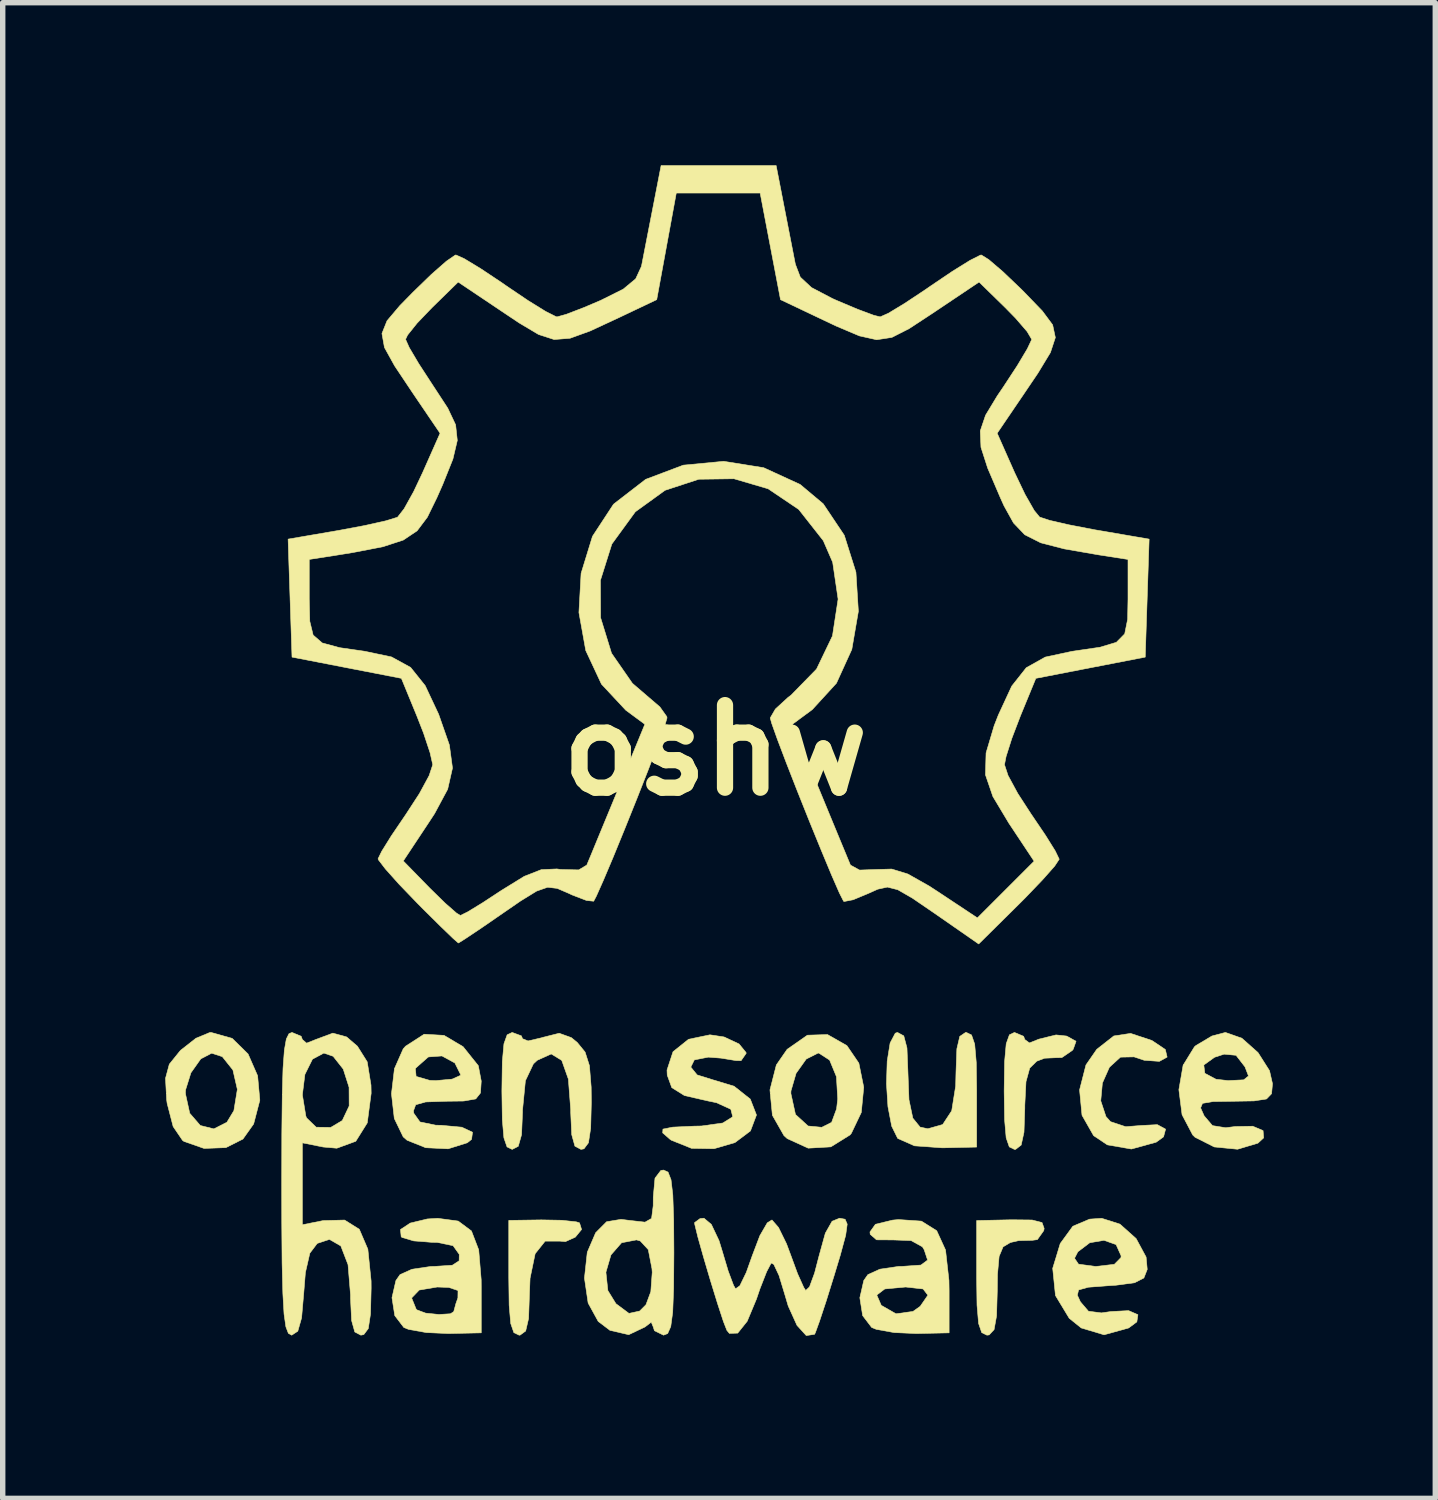
<source format=kicad_pcb>
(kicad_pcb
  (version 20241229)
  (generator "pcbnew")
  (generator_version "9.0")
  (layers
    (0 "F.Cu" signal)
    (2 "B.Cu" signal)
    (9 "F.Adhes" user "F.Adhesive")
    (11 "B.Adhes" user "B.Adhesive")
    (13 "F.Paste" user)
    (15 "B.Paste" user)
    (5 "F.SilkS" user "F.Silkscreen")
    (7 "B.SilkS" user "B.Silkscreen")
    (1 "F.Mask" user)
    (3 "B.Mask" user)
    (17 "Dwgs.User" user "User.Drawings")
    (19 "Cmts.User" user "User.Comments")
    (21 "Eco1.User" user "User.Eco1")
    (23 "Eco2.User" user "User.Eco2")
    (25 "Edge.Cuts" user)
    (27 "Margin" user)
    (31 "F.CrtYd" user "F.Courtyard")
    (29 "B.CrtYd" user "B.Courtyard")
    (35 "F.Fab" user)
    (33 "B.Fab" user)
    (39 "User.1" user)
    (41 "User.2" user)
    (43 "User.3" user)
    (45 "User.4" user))
  (footprint "oshw"
    (layer "F.Cu")
    (at 10.151 10.8)
    (property "Reference" "oshw" (at 0 0 0) (layer "F.SilkS") (effects (font (size 1.524 1.524) (thickness 0.3))))
    (attr through_hole)
    (fp_poly (pts (xy -2.831 8.674) (xy -2.564 8.703) (xy -2.504 8.722) (xy -2.466 8.844) (xy -2.581 8.985) (xy -2.764 9.068) (xy -2.868 9.059) (xy -3.138 9.059) (xy -3.323 9.291) (xy -3.417 9.745) (xy -3.429 10.049) (xy -3.444 10.486) (xy -3.498 10.718) (xy -3.602 10.794) (xy -3.619 10.795) (xy -3.716 10.748) (xy -3.774 10.579) (xy -3.803 10.242) (xy -3.81 9.736) (xy -3.81 8.676) (xy -3.209 8.667) (xy -2.831 8.674)) (stroke (width 0.01) (type solid)) (fill yes) (layer "F.SilkS"))
    (fp_poly (pts (xy 5.85 8.669) (xy 6.033 8.716) (xy 6.072 8.824) (xy 6.065 8.865) (xy 5.947 9.031) (xy 5.853 9.044) (xy 5.598 9.05) (xy 5.448 9.085) (xy 5.314 9.165) (xy 5.241 9.34) (xy 5.211 9.671) (xy 5.207 9.978) (xy 5.194 10.438) (xy 5.148 10.693) (xy 5.057 10.79) (xy 5.016 10.795) (xy 4.92 10.748) (xy 4.862 10.579) (xy 4.833 10.241) (xy 4.826 9.737) (xy 4.826 8.679) (xy 5.469 8.665) (xy 5.85 8.669)) (stroke (width 0.01) (type solid)) (fill yes) (layer "F.SilkS"))
    (fp_poly (pts (xy 8.062 5.356) (xy 8.309 5.522) (xy 8.342 5.662) (xy 8.199 5.741) (xy 7.92 5.721) (xy 7.732 5.658) (xy 7.481 5.663) (xy 7.277 5.849) (xy 7.147 6.142) (xy 7.117 6.47) (xy 7.213 6.76) (xy 7.297 6.854) (xy 7.577 6.947) (xy 7.857 6.925) (xy 8.161 6.909) (xy 8.314 6.992) (xy 8.276 7.134) (xy 8.14 7.233) (xy 7.683 7.359) (xy 7.239 7.282) (xy 6.985 7.112) (xy 6.771 6.736) (xy 6.726 6.268) (xy 6.844 5.807) (xy 7.043 5.519) (xy 7.358 5.272) (xy 7.668 5.225) (xy 8.062 5.356)) (stroke (width 0.01) (type solid)) (fill yes) (layer "F.SilkS"))
    (fp_poly (pts (xy 5.693 5.278) (xy 5.715 5.338) (xy 5.801 5.401) (xy 5.974 5.331) (xy 6.291 5.253) (xy 6.488 5.274) (xy 6.661 5.37) (xy 6.609 5.517) (xy 6.592 5.539) (xy 6.399 5.671) (xy 6.299 5.673) (xy 6.079 5.683) (xy 5.937 5.737) (xy 5.806 5.865) (xy 5.737 6.116) (xy 5.715 6.552) (xy 5.715 6.608) (xy 5.7 7.049) (xy 5.648 7.286) (xy 5.546 7.365) (xy 5.524 7.366) (xy 5.429 7.32) (xy 5.371 7.152) (xy 5.342 6.818) (xy 5.334 6.287) (xy 5.342 5.747) (xy 5.372 5.416) (xy 5.431 5.251) (xy 5.524 5.207) (xy 5.693 5.278)) (stroke (width 0.01) (type solid)) (fill yes) (layer "F.SilkS"))
    (fp_poly (pts (xy 4.732 5.254) (xy 4.79 5.423) (xy 4.819 5.761) (xy 4.826 6.265) (xy 4.826 7.323) (xy 4.193 7.337) (xy 3.679 7.3) (xy 3.373 7.165) (xy 3.367 7.159) (xy 3.258 6.937) (xy 3.189 6.577) (xy 3.162 6.153) (xy 3.175 5.737) (xy 3.229 5.402) (xy 3.324 5.221) (xy 3.365 5.207) (xy 3.481 5.27) (xy 3.54 5.493) (xy 3.556 5.895) (xy 3.577 6.449) (xy 3.648 6.789) (xy 3.782 6.954) (xy 3.925 6.985) (xy 4.199 6.907) (xy 4.366 6.653) (xy 4.439 6.195) (xy 4.445 5.944) (xy 4.461 5.51) (xy 4.515 5.28) (xy 4.622 5.207) (xy 4.636 5.207) (xy 4.732 5.254)) (stroke (width 0.01) (type solid)) (fill yes) (layer "F.SilkS"))
    (fp_poly (pts (xy 2.431 5.45) (xy 2.652 5.774) (xy 2.742 6.219) (xy 2.697 6.684) (xy 2.513 7.07) (xy 2.489 7.099) (xy 2.135 7.319) (xy 1.717 7.343) (xy 1.331 7.167) (xy 1.27 7.112) (xy 1.056 6.736) (xy 1.017 6.334) (xy 1.397 6.334) (xy 1.482 6.721) (xy 1.715 6.934) (xy 1.967 6.958) (xy 2.149 6.867) (xy 2.241 6.618) (xy 2.262 6.436) (xy 2.238 6.023) (xy 2.112 5.717) (xy 1.914 5.589) (xy 1.899 5.588) (xy 1.681 5.698) (xy 1.493 5.962) (xy 1.399 6.285) (xy 1.397 6.334) (xy 1.017 6.334) (xy 1.011 6.268) (xy 1.129 5.807) (xy 1.328 5.519) (xy 1.702 5.258) (xy 2.073 5.246) (xy 2.431 5.45)) (stroke (width 0.01) (type solid)) (fill yes) (layer "F.SilkS"))
    (fp_poly (pts (xy -8.915 5.317) (xy -8.622 5.605) (xy -8.446 6.007) (xy -8.405 6.458) (xy -8.519 6.896) (xy -8.717 7.175) (xy -9.031 7.333) (xy -9.434 7.348) (xy -9.804 7.219) (xy -9.831 7.2) (xy -10.005 6.944) (xy -10.116 6.516) (xy -10.125 6.447) (xy -10.131 6.334) (xy -9.779 6.334) (xy -9.699 6.699) (xy -9.503 6.925) (xy -9.253 6.987) (xy -9.013 6.865) (xy -8.884 6.651) (xy -8.82 6.258) (xy -8.902 5.9) (xy -9.098 5.654) (xy -9.294 5.59) (xy -9.495 5.695) (xy -9.677 5.952) (xy -9.775 6.265) (xy -9.779 6.334) (xy -10.131 6.334) (xy -10.146 6.054) (xy -10.076 5.794) (xy -9.881 5.552) (xy -9.864 5.534) (xy -9.584 5.314) (xy -9.33 5.209) (xy -9.305 5.207) (xy -8.915 5.317)) (stroke (width 0.01) (type solid)) (fill yes) (layer "F.SilkS"))
    (fp_poly (pts (xy 0.163 5.29) (xy 0.44 5.419) (xy 0.57 5.578) (xy 0.572 5.593) (xy 0.478 5.728) (xy 0.381 5.726) (xy 0.106 5.681) (xy -0.127 5.663) (xy -0.385 5.714) (xy -0.45 5.847) (xy -0.333 5.991) (xy -0.064 6.075) (xy 0.349 6.2) (xy 0.648 6.437) (xy 0.762 6.731) (xy 0.651 7.025) (xy 0.365 7.24) (xy -0.022 7.353) (xy -0.437 7.346) (xy -0.808 7.197) (xy -0.833 7.18) (xy -0.969 7.061) (xy -0.964 6.991) (xy -0.783 6.955) (xy -0.391 6.937) (xy -0.254 6.934) (xy 0.14 6.879) (xy 0.324 6.764) (xy 0.289 6.625) (xy 0.024 6.504) (xy -0.131 6.472) (xy -0.567 6.372) (xy -0.801 6.226) (xy -0.885 5.995) (xy -0.889 5.901) (xy -0.778 5.563) (xy -0.491 5.333) (xy -0.097 5.251) (xy 0.163 5.29)) (stroke (width 0.01) (type solid)) (fill yes) (layer "F.SilkS"))
    (fp_poly (pts (xy -3.577 5.27) (xy -3.556 5.323) (xy -3.454 5.364) (xy -3.206 5.306) (xy -3.181 5.298) (xy -2.879 5.222) (xy -2.655 5.303) (xy -2.546 5.392) (xy -2.401 5.57) (xy -2.321 5.821) (xy -2.289 6.217) (xy -2.286 6.497) (xy -2.298 6.974) (xy -2.339 7.244) (xy -2.422 7.355) (xy -2.477 7.366) (xy -2.589 7.306) (xy -2.648 7.094) (xy -2.667 6.681) (xy -2.667 6.629) (xy -2.71 6.068) (xy -2.832 5.723) (xy -3.026 5.604) (xy -3.283 5.72) (xy -3.356 5.788) (xy -3.503 6.098) (xy -3.556 6.639) (xy -3.556 6.677) (xy -3.574 7.095) (xy -3.635 7.309) (xy -3.747 7.366) (xy -3.842 7.32) (xy -3.9 7.152) (xy -3.929 6.818) (xy -3.937 6.287) (xy -3.929 5.747) (xy -3.899 5.416) (xy -3.84 5.251) (xy -3.747 5.207) (xy -3.577 5.27)) (stroke (width 0.01) (type solid)) (fill yes) (layer "F.SilkS"))
    (fp_poly (pts (xy 3.807 8.69) (xy 4.089 8.867) (xy 4.252 9.223) (xy 4.315 9.785) (xy 4.318 9.976) (xy 4.318 10.752) (xy 3.715 10.765) (xy 3.305 10.747) (xy 2.976 10.688) (xy 2.889 10.653) (xy 2.722 10.434) (xy 2.67 10.104) (xy 2.682 10.054) (xy 2.983 10.054) (xy 3.065 10.244) (xy 3.337 10.4) (xy 3.651 10.357) (xy 3.785 10.262) (xy 3.926 10.057) (xy 3.838 9.942) (xy 3.514 9.906) (xy 3.514 9.906) (xy 3.13 9.942) (xy 2.983 10.054) (xy 2.682 10.054) (xy 2.743 9.786) (xy 2.819 9.677) (xy 3.04 9.577) (xy 3.386 9.526) (xy 3.454 9.525) (xy 3.797 9.501) (xy 3.921 9.409) (xy 3.858 9.218) (xy 3.825 9.164) (xy 3.616 9.049) (xy 3.287 9.037) (xy 2.978 9.035) (xy 2.862 8.934) (xy 2.857 8.89) (xy 2.958 8.748) (xy 3.276 8.671) (xy 3.385 8.661) (xy 3.807 8.69)) (stroke (width 0.01) (type solid)) (fill yes) (layer "F.SilkS"))
    (fp_poly (pts (xy 7.471 8.745) (xy 7.77 9.012) (xy 7.954 9.353) (xy 7.975 9.581) (xy 7.913 9.739) (xy 7.742 9.827) (xy 7.397 9.873) (xy 7.27 9.881) (xy 6.887 9.91) (xy 6.708 9.96) (xy 6.685 10.057) (xy 6.741 10.179) (xy 6.89 10.353) (xy 7.13 10.384) (xy 7.304 10.359) (xy 7.631 10.342) (xy 7.803 10.417) (xy 7.783 10.55) (xy 7.632 10.662) (xy 7.178 10.788) (xy 6.757 10.662) (xy 6.535 10.483) (xy 6.281 10.063) (xy 6.23 9.561) (xy 6.287 9.375) (xy 6.633 9.375) (xy 6.706 9.484) (xy 7.008 9.525) (xy 7.038 9.525) (xy 7.368 9.487) (xy 7.49 9.363) (xy 7.493 9.331) (xy 7.4 9.123) (xy 7.177 9.044) (xy 6.914 9.089) (xy 6.695 9.255) (xy 6.633 9.375) (xy 6.287 9.375) (xy 6.369 9.104) (xy 6.602 8.784) (xy 6.911 8.653) (xy 7.135 8.638) (xy 7.471 8.745)) (stroke (width 0.01) (type solid)) (fill yes) (layer "F.SilkS"))
    (fp_poly (pts (xy -5.005 5.261) (xy -4.653 5.47) (xy -4.372 5.821) (xy -4.318 6.105) (xy -4.332 6.324) (xy -4.419 6.434) (xy -4.642 6.473) (xy -4.962 6.477) (xy -5.344 6.49) (xy -5.528 6.542) (xy -5.569 6.654) (xy -5.563 6.699) (xy -5.449 6.859) (xy -5.158 6.919) (xy -5.056 6.921) (xy -4.675 6.957) (xy -4.479 7.049) (xy -4.497 7.181) (xy -4.576 7.244) (xy -4.93 7.355) (xy -5.343 7.335) (xy -5.687 7.197) (xy -5.759 7.134) (xy -5.923 6.795) (xy -5.975 6.339) (xy -5.92 5.874) (xy -5.918 5.871) (xy -5.535 5.871) (xy -5.52 6.019) (xy -5.268 6.092) (xy -5.154 6.096) (xy -4.856 6.069) (xy -4.704 6.001) (xy -4.699 5.985) (xy -4.805 5.771) (xy -5.043 5.641) (xy -5.291 5.659) (xy -5.305 5.668) (xy -5.535 5.871) (xy -5.918 5.871) (xy -5.759 5.511) (xy -5.715 5.461) (xy -5.372 5.24) (xy -5.005 5.261)) (stroke (width 0.01) (type solid)) (fill yes) (layer "F.SilkS"))
    (fp_poly (pts (xy 9.722 5.314) (xy 10.02 5.579) (xy 10.232 5.913) (xy 10.287 6.154) (xy 10.27 6.338) (xy 10.177 6.435) (xy 9.946 6.471) (xy 9.584 6.477) (xy 9.187 6.483) (xy 8.995 6.516) (xy 8.96 6.6) (xy 9.025 6.746) (xy 9.179 6.927) (xy 9.423 6.966) (xy 9.598 6.944) (xy 9.922 6.938) (xy 10.113 7.019) (xy 10.124 7.153) (xy 10.018 7.251) (xy 9.642 7.363) (xy 9.213 7.321) (xy 8.858 7.142) (xy 8.814 7.099) (xy 8.618 6.726) (xy 8.559 6.264) (xy 8.637 5.813) (xy 8.64 5.808) (xy 9.019 5.808) (xy 9.038 5.961) (xy 9.244 6.071) (xy 9.466 6.096) (xy 9.756 6.082) (xy 9.844 6.011) (xy 9.78 5.844) (xy 9.779 5.842) (xy 9.614 5.629) (xy 9.394 5.608) (xy 9.218 5.665) (xy 9.019 5.808) (xy 8.64 5.808) (xy 8.846 5.473) (xy 8.872 5.45) (xy 9.169 5.273) (xy 9.418 5.207) (xy 9.722 5.314)) (stroke (width 0.01) (type solid)) (fill yes) (layer "F.SilkS"))
    (fp_poly (pts (xy -4.743 8.689) (xy -4.499 8.871) (xy -4.365 9.22) (xy -4.319 9.773) (xy -4.318 9.893) (xy -4.318 10.752) (xy -4.921 10.765) (xy -5.331 10.747) (xy -5.66 10.688) (xy -5.747 10.653) (xy -5.914 10.434) (xy -5.965 10.108) (xy -5.603 10.108) (xy -5.521 10.311) (xy -5.503 10.329) (xy -5.345 10.388) (xy -5.1 10.413) (xy -4.888 10.4) (xy -4.826 10.361) (xy -4.786 10.212) (xy -4.749 10.107) (xy -4.747 9.971) (xy -4.916 9.914) (xy -5.13 9.906) (xy -5.463 9.962) (xy -5.603 10.108) (xy -5.965 10.108) (xy -5.966 10.104) (xy -5.893 9.786) (xy -5.817 9.677) (xy -5.597 9.578) (xy -5.25 9.527) (xy -5.172 9.525) (xy -4.852 9.504) (xy -4.726 9.422) (xy -4.724 9.303) (xy -4.838 9.143) (xy -5.129 9.083) (xy -5.231 9.081) (xy -5.564 9.055) (xy -5.78 8.991) (xy -5.796 8.978) (xy -5.809 8.845) (xy -5.629 8.726) (xy -5.315 8.65) (xy -5.121 8.638) (xy -4.743 8.689)) (stroke (width 0.01) (type solid)) (fill yes) (layer "F.SilkS"))
    (fp_poly (pts (xy -0.87 7.785) (xy -0.815 7.926) (xy -0.782 8.207) (xy -0.766 8.669) (xy -0.762 9.271) (xy -0.767 9.928) (xy -0.784 10.37) (xy -0.82 10.636) (xy -0.877 10.765) (xy -0.953 10.795) (xy -1.121 10.713) (xy -1.143 10.643) (xy -1.18 10.554) (xy -1.295 10.643) (xy -1.596 10.786) (xy -1.942 10.706) (xy -2.159 10.541) (xy -2.345 10.202) (xy -2.413 9.741) (xy -2.401 9.633) (xy -2.017 9.633) (xy -1.981 9.972) (xy -1.832 10.214) (xy -1.591 10.393) (xy -1.394 10.35) (xy -1.277 10.232) (xy -1.188 9.992) (xy -1.162 9.635) (xy -1.167 9.567) (xy -1.235 9.216) (xy -1.383 9.056) (xy -1.452 9.036) (xy -1.728 9.089) (xy -1.924 9.314) (xy -2.017 9.633) (xy -2.401 9.633) (xy -2.361 9.265) (xy -2.206 8.904) (xy -2.004 8.701) (xy -1.738 8.657) (xy -1.571 8.678) (xy -1.295 8.709) (xy -1.174 8.64) (xy -1.144 8.407) (xy -1.143 8.247) (xy -1.111 7.897) (xy -1.003 7.755) (xy -0.953 7.747) (xy -0.87 7.785)) (stroke (width 0.01) (type solid)) (fill yes) (layer "F.SilkS"))
    (fp_poly (pts (xy 2.398 8.655) (xy 2.437 8.745) (xy 2.409 8.95) (xy 2.309 9.32) (xy 2.199 9.684) (xy 2.05 10.162) (xy 1.926 10.537) (xy 1.848 10.752) (xy 1.834 10.779) (xy 1.681 10.802) (xy 1.51 10.614) (xy 1.348 10.256) (xy 1.284 10.04) (xy 1.178 9.692) (xy 1.082 9.488) (xy 1.034 9.463) (xy 0.95 9.623) (xy 0.827 9.937) (xy 0.762 10.128) (xy 0.591 10.538) (xy 0.416 10.757) (xy 0.262 10.762) (xy 0.216 10.706) (xy 0.152 10.542) (xy 0.044 10.212) (xy -0.086 9.791) (xy -0.214 9.358) (xy -0.319 8.986) (xy -0.376 8.753) (xy -0.381 8.718) (xy -0.279 8.643) (xy -0.207 8.636) (xy -0.071 8.75) (xy 0.071 9.05) (xy 0.129 9.239) (xy 0.24 9.611) (xy 0.339 9.875) (xy 0.376 9.939) (xy 0.455 9.883) (xy 0.574 9.638) (xy 0.684 9.329) (xy 0.825 8.958) (xy 0.962 8.721) (xy 1.048 8.668) (xy 1.169 8.807) (xy 1.316 9.107) (xy 1.389 9.302) (xy 1.521 9.661) (xy 1.634 9.912) (xy 1.671 9.97) (xy 1.741 9.904) (xy 1.835 9.648) (xy 1.914 9.344) (xy 2.033 8.913) (xy 2.158 8.692) (xy 2.296 8.636) (xy 2.398 8.655)) (stroke (width 0.01) (type solid)) (fill yes) (layer "F.SilkS"))
    (fp_poly (pts (xy -7.642 5.278) (xy -7.62 5.338) (xy -7.542 5.405) (xy -7.374 5.338) (xy -7.057 5.22) (xy -6.803 5.29) (xy -6.604 5.461) (xy -6.423 5.749) (xy -6.353 6.179) (xy -6.35 6.33) (xy -6.422 6.877) (xy -6.634 7.216) (xy -6.984 7.344) (xy -7.236 7.322) (xy -7.62 7.245) (xy -7.62 8.757) (xy -7.236 8.68) (xy -6.84 8.67) (xy -6.569 8.84) (xy -6.411 9.208) (xy -6.351 9.794) (xy -6.35 9.926) (xy -6.362 10.403) (xy -6.403 10.673) (xy -6.486 10.784) (xy -6.54 10.795) (xy -6.652 10.736) (xy -6.711 10.525) (xy -6.731 10.116) (xy -6.731 10.049) (xy -6.777 9.493) (xy -6.91 9.148) (xy -7.121 9.027) (xy -7.345 9.101) (xy -7.482 9.282) (xy -7.564 9.64) (xy -7.594 10.014) (xy -7.634 10.475) (xy -7.704 10.721) (xy -7.816 10.795) (xy -7.817 10.795) (xy -7.878 10.761) (xy -7.924 10.641) (xy -7.958 10.405) (xy -7.98 10.023) (xy -7.994 9.468) (xy -8 8.709) (xy -8.001 8.001) (xy -7.999 7.077) (xy -7.991 6.377) (xy -7.991 6.358) (xy -7.62 6.358) (xy -7.556 6.749) (xy -7.543 6.784) (xy -7.365 6.956) (xy -7.096 6.96) (xy -6.883 6.833) (xy -6.756 6.565) (xy -6.758 6.219) (xy -6.865 5.884) (xy -7.052 5.647) (xy -7.223 5.588) (xy -7.433 5.7) (xy -7.573 5.982) (xy -7.62 6.358) (xy -7.991 6.358) (xy -7.977 5.873) (xy -7.952 5.533) (xy -7.916 5.328) (xy -7.867 5.23) (xy -7.811 5.207) (xy -7.642 5.278)) (stroke (width 0.01) (type solid)) (fill yes) (layer "F.SilkS"))
    (fp_poly (pts (xy 1.267 -10.065) (xy 1.359 -9.593) (xy 1.442 -9.167) (xy 1.48 -8.973) (xy 1.571 -8.735) (xy 1.778 -8.542) (xy 2.161 -8.341) (xy 2.239 -8.306) (xy 2.628 -8.142) (xy 2.926 -8.031) (xy 3.046 -8.001) (xy 3.199 -8.069) (xy 3.499 -8.251) (xy 3.888 -8.509) (xy 3.98 -8.573) (xy 4.38 -8.843) (xy 4.704 -9.044) (xy 4.894 -9.14) (xy 4.912 -9.144) (xy 5.049 -9.059) (xy 5.31 -8.836) (xy 5.643 -8.518) (xy 5.705 -8.456) (xy 6.038 -8.111) (xy 6.229 -7.854) (xy 6.279 -7.619) (xy 6.188 -7.343) (xy 5.957 -6.962) (xy 5.717 -6.607) (xy 5.205 -5.853) (xy 5.529 -5.122) (xy 5.719 -4.725) (xy 5.889 -4.427) (xy 5.988 -4.306) (xy 6.173 -4.245) (xy 6.535 -4.162) (xy 7.001 -4.072) (xy 7.067 -4.061) (xy 8.01 -3.899) (xy 7.974 -2.81) (xy 7.938 -1.721) (xy 6.928 -1.525) (xy 5.919 -1.329) (xy 5.633 -0.633) (xy 5.476 -0.222) (xy 5.369 0.115) (xy 5.34 0.265) (xy 5.406 0.465) (xy 5.586 0.797) (xy 5.84 1.189) (xy 5.842 1.191) (xy 6.095 1.565) (xy 6.277 1.857) (xy 6.35 2.008) (xy 6.35 2.01) (xy 6.266 2.137) (xy 6.041 2.391) (xy 5.72 2.726) (xy 5.607 2.839) (xy 4.864 3.574) (xy 4.051 3.009) (xy 3.64 2.728) (xy 3.371 2.573) (xy 3.179 2.524) (xy 3.001 2.563) (xy 2.827 2.641) (xy 2.546 2.758) (xy 2.381 2.79) (xy 2.37 2.785) (xy 2.293 2.633) (xy 2.148 2.301) (xy 1.956 1.84) (xy 1.738 1.306) (xy 1.516 0.75) (xy 1.312 0.228) (xy 1.147 -0.207) (xy 1.042 -0.502) (xy 1.016 -0.598) (xy 1.111 -0.762) (xy 1.345 -0.977) (xy 1.4 -1.018) (xy 1.871 -1.5) (xy 2.165 -2.112) (xy 2.269 -2.791) (xy 2.169 -3.471) (xy 1.996 -3.87) (xy 1.542 -4.447) (xy 0.977 -4.828) (xy 0.347 -5.013) (xy -0.303 -5.004) (xy -0.925 -4.8) (xy -1.474 -4.403) (xy -1.903 -3.814) (xy -1.909 -3.803) (xy -2.118 -3.139) (xy -2.115 -2.448) (xy -1.913 -1.792) (xy -1.528 -1.237) (xy -1.273 -1.018) (xy -1.021 -0.802) (xy -0.893 -0.622) (xy -0.889 -0.598) (xy -0.934 -0.444) (xy -1.056 -0.109) (xy -1.233 0.353) (xy -1.444 0.889) (xy -1.667 1.444) (xy -1.88 1.965) (xy -2.063 2.398) (xy -2.193 2.69) (xy -2.243 2.785) (xy -2.375 2.771) (xy -2.641 2.669) (xy -2.7 2.641) (xy -2.916 2.548) (xy -3.093 2.527) (xy -3.296 2.598) (xy -3.593 2.781) (xy -3.911 3) (xy -4.294 3.264) (xy -4.586 3.46) (xy -4.733 3.553) (xy -4.741 3.556) (xy -4.837 3.472) (xy -5.067 3.25) (xy -5.388 2.932) (xy -5.497 2.822) (xy -5.834 2.472) (xy -6.087 2.189) (xy -6.215 2.022) (xy -6.223 2.002) (xy -6.155 1.863) (xy -5.977 1.577) (xy -5.726 1.207) (xy -5.715 1.191) (xy -5.46 0.799) (xy -5.28 0.467) (xy -5.213 0.265) (xy -5.213 0.265) (xy -5.263 0.043) (xy -5.384 -0.321) (xy -5.506 -0.633) (xy -5.792 -1.329) (xy -6.801 -1.525) (xy -7.811 -1.721) (xy -7.847 -2.81) (xy -7.871 -3.524) (xy -7.493 -3.524) (xy -7.493 -2.791) (xy -7.483 -2.382) (xy -7.421 -2.128) (xy -7.253 -1.982) (xy -6.931 -1.895) (xy -6.471 -1.829) (xy -5.974 -1.724) (xy -5.622 -1.531) (xy -5.353 -1.195) (xy -5.104 -0.665) (xy -5.099 -0.65) (xy -4.906 -0.098) (xy -4.849 0.327) (xy -4.938 0.718) (xy -5.18 1.169) (xy -5.292 1.34) (xy -5.757 2.042) (xy -5.266 2.545) (xy -4.984 2.821) (xy -4.775 3.004) (xy -4.703 3.048) (xy -4.569 2.982) (xy -4.289 2.811) (xy -3.951 2.589) (xy -3.525 2.326) (xy -3.209 2.202) (xy -2.922 2.189) (xy -2.852 2.199) (xy -2.519 2.207) (xy -2.37 2.118) (xy -2.297 1.943) (xy -2.152 1.591) (xy -1.956 1.117) (xy -1.802 0.744) (xy -1.298 -0.481) (xy -1.65 -0.741) (xy -2.099 -1.222) (xy -2.389 -1.843) (xy -2.515 -2.544) (xy -2.475 -3.267) (xy -2.265 -3.95) (xy -1.882 -4.535) (xy -1.867 -4.551) (xy -1.283 -5.002) (xy -0.589 -5.264) (xy 0.157 -5.335) (xy 0.895 -5.217) (xy 1.568 -4.908) (xy 1.994 -4.551) (xy 2.383 -3.97) (xy 2.598 -3.288) (xy 2.643 -2.566) (xy 2.522 -1.863) (xy 2.238 -1.239) (xy 1.793 -0.753) (xy 1.777 -0.741) (xy 1.425 -0.481) (xy 1.929 0.744) (xy 2.145 1.268) (xy 2.328 1.711) (xy 2.455 2.017) (xy 2.497 2.118) (xy 2.665 2.21) (xy 2.976 2.199) (xy 3.259 2.191) (xy 3.557 2.283) (xy 3.947 2.503) (xy 4.116 2.613) (xy 4.84 3.093) (xy 5.887 2.046) (xy 5.42 1.343) (xy 5.126 0.852) (xy 4.989 0.452) (xy 5 0.048) (xy 5.149 -0.453) (xy 5.226 -0.65) (xy 5.474 -1.186) (xy 5.742 -1.525) (xy 6.092 -1.721) (xy 6.585 -1.827) (xy 6.598 -1.829) (xy 7.102 -1.903) (xy 7.405 -1.994) (xy 7.559 -2.15) (xy 7.613 -2.418) (xy 7.62 -2.791) (xy 7.62 -3.524) (xy 7.08 -3.608) (xy 6.446 -3.718) (xy 6.009 -3.831) (xy 5.714 -3.98) (xy 5.507 -4.197) (xy 5.331 -4.514) (xy 5.263 -4.665) (xy 5.03 -5.209) (xy 4.906 -5.594) (xy 4.893 -5.896) (xy 4.991 -6.186) (xy 5.205 -6.54) (xy 5.323 -6.714) (xy 5.577 -7.102) (xy 5.762 -7.412) (xy 5.841 -7.58) (xy 5.842 -7.587) (xy 5.758 -7.73) (xy 5.542 -7.98) (xy 5.356 -8.17) (xy 4.871 -8.644) (xy 4.008 -8.065) (xy 3.578 -7.783) (xy 3.261 -7.622) (xy 2.98 -7.579) (xy 2.662 -7.65) (xy 2.232 -7.832) (xy 1.905 -7.987) (xy 1.206 -8.319) (xy 0.83 -10.287) (xy -0.718 -10.287) (xy -1.079 -8.319) (xy -1.778 -7.987) (xy -2.307 -7.741) (xy -2.68 -7.606) (xy -2.973 -7.583) (xy -3.26 -7.676) (xy -3.616 -7.888) (xy -3.881 -8.065) (xy -4.744 -8.644) (xy -5.229 -8.17) (xy -5.502 -7.885) (xy -5.678 -7.665) (xy -5.715 -7.587) (xy -5.648 -7.436) (xy -5.472 -7.138) (xy -5.223 -6.755) (xy -5.196 -6.714) (xy -4.936 -6.316) (xy -4.791 -6.009) (xy -4.76 -5.72) (xy -4.841 -5.377) (xy -5.03 -4.905) (xy -5.136 -4.665) (xy -5.313 -4.303) (xy -5.502 -4.052) (xy -5.757 -3.881) (xy -6.134 -3.758) (xy -6.688 -3.651) (xy -6.953 -3.608) (xy -7.493 -3.524) (xy -7.871 -3.524) (xy -7.883 -3.899) (xy -6.94 -4.061) (xy -6.466 -4.15) (xy -6.086 -4.235) (xy -5.873 -4.3) (xy -5.861 -4.306) (xy -5.741 -4.46) (xy -5.566 -4.775) (xy -5.402 -5.122) (xy -5.078 -5.853) (xy -5.59 -6.607) (xy -5.917 -7.097) (xy -6.105 -7.437) (xy -6.151 -7.694) (xy -6.057 -7.929) (xy -5.822 -8.207) (xy -5.578 -8.456) (xy -5.239 -8.785) (xy -4.961 -9.029) (xy -4.798 -9.141) (xy -4.785 -9.144) (xy -4.633 -9.076) (xy -4.334 -8.895) (xy -3.946 -8.637) (xy -3.853 -8.572) (xy -3.453 -8.302) (xy -3.128 -8.101) (xy -2.937 -8.005) (xy -2.919 -8.001) (xy -2.747 -8.049) (xy -2.422 -8.174) (xy -2.112 -8.306) (xy -1.697 -8.513) (xy -1.467 -8.704) (xy -1.362 -8.931) (xy -1.353 -8.973) (xy -1.289 -9.302) (xy -1.2 -9.758) (xy -1.14 -10.065) (xy -0.998 -10.795) (xy 1.125 -10.795) (xy 1.267 -10.065)) (stroke (width 0.01) (type solid)) (fill yes) (layer "F.SilkS")))
  (gr_rect
    (start -3 -3)
    (end 23.443 24.607)
    (stroke (width 0.1) (type default))
    (fill no)
    (layer "Edge.Cuts")))
</source>
